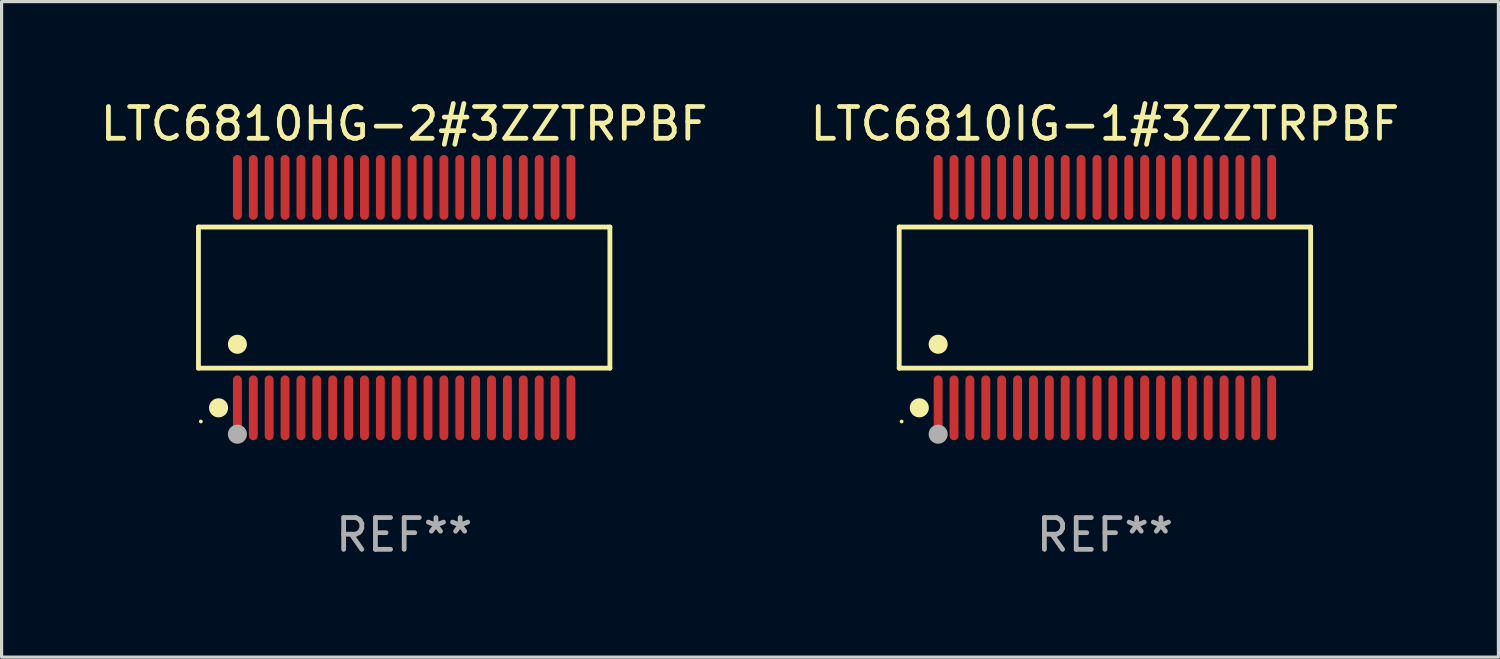
<source format=kicad_pcb>
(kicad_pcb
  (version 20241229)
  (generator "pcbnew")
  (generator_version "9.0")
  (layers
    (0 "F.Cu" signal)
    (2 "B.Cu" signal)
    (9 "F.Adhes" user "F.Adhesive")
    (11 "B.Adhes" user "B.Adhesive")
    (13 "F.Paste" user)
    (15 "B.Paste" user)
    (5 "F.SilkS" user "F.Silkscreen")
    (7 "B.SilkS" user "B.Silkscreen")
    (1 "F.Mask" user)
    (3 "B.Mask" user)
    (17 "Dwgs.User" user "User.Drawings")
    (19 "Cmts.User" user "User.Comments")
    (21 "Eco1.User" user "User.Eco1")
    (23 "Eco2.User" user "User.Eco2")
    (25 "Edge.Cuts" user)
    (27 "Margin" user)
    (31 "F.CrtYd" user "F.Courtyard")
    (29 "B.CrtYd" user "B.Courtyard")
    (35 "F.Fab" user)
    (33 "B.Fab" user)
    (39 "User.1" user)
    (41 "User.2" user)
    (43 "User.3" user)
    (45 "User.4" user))
  (footprint "LTC6810HG-2#3ZZTRPBF"
    (layer "F.Cu")
    (at 9.673 6.318)
    (property "Reference" "LTC6810HG-2#3ZZTRPBF" (at 0 -5.47 0) (layer "F.SilkS") (effects (font (size 1 1) (thickness 0.15))))
    (attr through_hole)
    (fp_line (start -6.476 -2.221) (end 6.476 -2.221) (stroke (width 0.152) (type solid)) (layer "F.SilkS"))
    (fp_line (start -6.476 2.221) (end -6.476 -2.221) (stroke (width 0.152) (type solid)) (layer "F.SilkS"))
    (fp_line (start 6.476 -2.221) (end 6.476 2.221) (stroke (width 0.152) (type solid)) (layer "F.SilkS"))
    (fp_line (start 6.476 2.221) (end -6.476 2.221) (stroke (width 0.152) (type solid)) (layer "F.SilkS"))
    (fp_circle (center -6.4 3.9) (end -6.37 3.9) (stroke (width 0.06) (type solid)) (fill no) (layer "F.SilkS"))
    (fp_circle (center -5.843 3.47) (end -5.692 3.47) (stroke (width 0.3) (type solid)) (fill no) (layer "F.SilkS"))
    (fp_circle (center -5.25 1.469) (end -5.1 1.469) (stroke (width 0.3) (type solid)) (fill no) (layer "F.SilkS"))
    (fp_circle (center -5.25 4.3) (end -5.1 4.3) (stroke (width 0.3) (type solid)) (fill no) (layer "F.Fab"))
    (fp_text user "REF**" (at 0 7.47 0) (layer "F.Fab") (effects (font (size 1 1) (thickness 0.15))))
    (pad "1" smd oval (at -5.25 3.47) (size 0.28 2.04) (layers "F.Cu" "F.Mask" "F.Paste"))
    (pad "2" smd oval (at -4.75 3.47) (size 0.28 2.04) (layers "F.Cu" "F.Mask" "F.Paste"))
    (pad "3" smd oval (at -4.25 3.47) (size 0.28 2.04) (layers "F.Cu" "F.Mask" "F.Paste"))
    (pad "4" smd oval (at -3.75 3.47) (size 0.28 2.04) (layers "F.Cu" "F.Mask" "F.Paste"))
    (pad "5" smd oval (at -3.25 3.47) (size 0.28 2.04) (layers "F.Cu" "F.Mask" "F.Paste"))
    (pad "6" smd oval (at -2.75 3.47) (size 0.28 2.04) (layers "F.Cu" "F.Mask" "F.Paste"))
    (pad "7" smd oval (at -2.25 3.47) (size 0.28 2.04) (layers "F.Cu" "F.Mask" "F.Paste"))
    (pad "8" smd oval (at -1.75 3.47) (size 0.28 2.04) (layers "F.Cu" "F.Mask" "F.Paste"))
    (pad "9" smd oval (at -1.25 3.47) (size 0.28 2.04) (layers "F.Cu" "F.Mask" "F.Paste"))
    (pad "10" smd oval (at -0.75 3.47) (size 0.28 2.04) (layers "F.Cu" "F.Mask" "F.Paste"))
    (pad "11" smd oval (at -0.25 3.47) (size 0.28 2.04) (layers "F.Cu" "F.Mask" "F.Paste"))
    (pad "12" smd oval (at 0.25 3.47) (size 0.28 2.04) (layers "F.Cu" "F.Mask" "F.Paste"))
    (pad "13" smd oval (at 0.75 3.47) (size 0.28 2.04) (layers "F.Cu" "F.Mask" "F.Paste"))
    (pad "14" smd oval (at 1.25 3.47) (size 0.28 2.04) (layers "F.Cu" "F.Mask" "F.Paste"))
    (pad "15" smd oval (at 1.75 3.47) (size 0.28 2.04) (layers "F.Cu" "F.Mask" "F.Paste"))
    (pad "16" smd oval (at 2.25 3.47) (size 0.28 2.04) (layers "F.Cu" "F.Mask" "F.Paste"))
    (pad "17" smd oval (at 2.75 3.47) (size 0.28 2.04) (layers "F.Cu" "F.Mask" "F.Paste"))
    (pad "18" smd oval (at 3.25 3.47) (size 0.28 2.04) (layers "F.Cu" "F.Mask" "F.Paste"))
    (pad "19" smd oval (at 3.75 3.47) (size 0.28 2.04) (layers "F.Cu" "F.Mask" "F.Paste"))
    (pad "20" smd oval (at 4.25 3.47) (size 0.28 2.04) (layers "F.Cu" "F.Mask" "F.Paste"))
    (pad "21" smd oval (at 4.75 3.47) (size 0.28 2.04) (layers "F.Cu" "F.Mask" "F.Paste"))
    (pad "22" smd oval (at 5.25 3.47) (size 0.28 2.04) (layers "F.Cu" "F.Mask" "F.Paste"))
    (pad "23" smd oval (at 5.25 -3.47) (size 0.28 2.04) (layers "F.Cu" "F.Mask" "F.Paste"))
    (pad "24" smd oval (at 4.75 -3.47) (size 0.28 2.04) (layers "F.Cu" "F.Mask" "F.Paste"))
    (pad "25" smd oval (at 4.25 -3.47) (size 0.28 2.04) (layers "F.Cu" "F.Mask" "F.Paste"))
    (pad "26" smd oval (at 3.75 -3.47) (size 0.28 2.04) (layers "F.Cu" "F.Mask" "F.Paste"))
    (pad "27" smd oval (at 3.25 -3.47) (size 0.28 2.04) (layers "F.Cu" "F.Mask" "F.Paste"))
    (pad "28" smd oval (at 2.75 -3.47) (size 0.28 2.04) (layers "F.Cu" "F.Mask" "F.Paste"))
    (pad "29" smd oval (at 2.25 -3.47) (size 0.28 2.04) (layers "F.Cu" "F.Mask" "F.Paste"))
    (pad "30" smd oval (at 1.75 -3.47) (size 0.28 2.04) (layers "F.Cu" "F.Mask" "F.Paste"))
    (pad "31" smd oval (at 1.25 -3.47) (size 0.28 2.04) (layers "F.Cu" "F.Mask" "F.Paste"))
    (pad "32" smd oval (at 0.75 -3.47) (size 0.28 2.04) (layers "F.Cu" "F.Mask" "F.Paste"))
    (pad "33" smd oval (at 0.25 -3.47) (size 0.28 2.04) (layers "F.Cu" "F.Mask" "F.Paste"))
    (pad "34" smd oval (at -0.25 -3.47) (size 0.28 2.04) (layers "F.Cu" "F.Mask" "F.Paste"))
    (pad "35" smd oval (at -0.75 -3.47) (size 0.28 2.04) (layers "F.Cu" "F.Mask" "F.Paste"))
    (pad "36" smd oval (at -1.25 -3.47) (size 0.28 2.04) (layers "F.Cu" "F.Mask" "F.Paste"))
    (pad "37" smd oval (at -1.75 -3.47) (size 0.28 2.04) (layers "F.Cu" "F.Mask" "F.Paste"))
    (pad "38" smd oval (at -2.25 -3.47) (size 0.28 2.04) (layers "F.Cu" "F.Mask" "F.Paste"))
    (pad "39" smd oval (at -2.75 -3.47) (size 0.28 2.04) (layers "F.Cu" "F.Mask" "F.Paste"))
    (pad "40" smd oval (at -3.25 -3.47) (size 0.28 2.04) (layers "F.Cu" "F.Mask" "F.Paste"))
    (pad "41" smd oval (at -3.75 -3.47) (size 0.28 2.04) (layers "F.Cu" "F.Mask" "F.Paste"))
    (pad "42" smd oval (at -4.25 -3.47) (size 0.28 2.04) (layers "F.Cu" "F.Mask" "F.Paste"))
    (pad "43" smd oval (at -4.75 -3.47) (size 0.28 2.04) (layers "F.Cu" "F.Mask" "F.Paste"))
    (pad "44" smd oval (at -5.25 -3.47) (size 0.28 2.04) (layers "F.Cu" "F.Mask" "F.Paste")))
  (footprint "LTC6810IG-1#3ZZTRPBF"
    (layer "F.Cu")
    (at 31.732 6.318)
    (property "Reference" "LTC6810IG-1#3ZZTRPBF" (at 0 -5.47 0) (layer "F.SilkS") (effects (font (size 1 1) (thickness 0.15))))
    (attr through_hole)
    (fp_line (start -6.476 -2.221) (end 6.476 -2.221) (stroke (width 0.152) (type solid)) (layer "F.SilkS"))
    (fp_line (start -6.476 2.221) (end -6.476 -2.221) (stroke (width 0.152) (type solid)) (layer "F.SilkS"))
    (fp_line (start 6.476 -2.221) (end 6.476 2.221) (stroke (width 0.152) (type solid)) (layer "F.SilkS"))
    (fp_line (start 6.476 2.221) (end -6.476 2.221) (stroke (width 0.152) (type solid)) (layer "F.SilkS"))
    (fp_circle (center -6.4 3.9) (end -6.37 3.9) (stroke (width 0.06) (type solid)) (fill no) (layer "F.SilkS"))
    (fp_circle (center -5.843 3.47) (end -5.692 3.47) (stroke (width 0.3) (type solid)) (fill no) (layer "F.SilkS"))
    (fp_circle (center -5.25 1.469) (end -5.1 1.469) (stroke (width 0.3) (type solid)) (fill no) (layer "F.SilkS"))
    (fp_circle (center -5.25 4.3) (end -5.1 4.3) (stroke (width 0.3) (type solid)) (fill no) (layer "F.Fab"))
    (fp_text user "REF**" (at 0 7.47 0) (layer "F.Fab") (effects (font (size 1 1) (thickness 0.15))))
    (pad "1" smd oval (at -5.25 3.47) (size 0.28 2.04) (layers "F.Cu" "F.Mask" "F.Paste"))
    (pad "2" smd oval (at -4.75 3.47) (size 0.28 2.04) (layers "F.Cu" "F.Mask" "F.Paste"))
    (pad "3" smd oval (at -4.25 3.47) (size 0.28 2.04) (layers "F.Cu" "F.Mask" "F.Paste"))
    (pad "4" smd oval (at -3.75 3.47) (size 0.28 2.04) (layers "F.Cu" "F.Mask" "F.Paste"))
    (pad "5" smd oval (at -3.25 3.47) (size 0.28 2.04) (layers "F.Cu" "F.Mask" "F.Paste"))
    (pad "6" smd oval (at -2.75 3.47) (size 0.28 2.04) (layers "F.Cu" "F.Mask" "F.Paste"))
    (pad "7" smd oval (at -2.25 3.47) (size 0.28 2.04) (layers "F.Cu" "F.Mask" "F.Paste"))
    (pad "8" smd oval (at -1.75 3.47) (size 0.28 2.04) (layers "F.Cu" "F.Mask" "F.Paste"))
    (pad "9" smd oval (at -1.25 3.47) (size 0.28 2.04) (layers "F.Cu" "F.Mask" "F.Paste"))
    (pad "10" smd oval (at -0.75 3.47) (size 0.28 2.04) (layers "F.Cu" "F.Mask" "F.Paste"))
    (pad "11" smd oval (at -0.25 3.47) (size 0.28 2.04) (layers "F.Cu" "F.Mask" "F.Paste"))
    (pad "12" smd oval (at 0.25 3.47) (size 0.28 2.04) (layers "F.Cu" "F.Mask" "F.Paste"))
    (pad "13" smd oval (at 0.75 3.47) (size 0.28 2.04) (layers "F.Cu" "F.Mask" "F.Paste"))
    (pad "14" smd oval (at 1.25 3.47) (size 0.28 2.04) (layers "F.Cu" "F.Mask" "F.Paste"))
    (pad "15" smd oval (at 1.75 3.47) (size 0.28 2.04) (layers "F.Cu" "F.Mask" "F.Paste"))
    (pad "16" smd oval (at 2.25 3.47) (size 0.28 2.04) (layers "F.Cu" "F.Mask" "F.Paste"))
    (pad "17" smd oval (at 2.75 3.47) (size 0.28 2.04) (layers "F.Cu" "F.Mask" "F.Paste"))
    (pad "18" smd oval (at 3.25 3.47) (size 0.28 2.04) (layers "F.Cu" "F.Mask" "F.Paste"))
    (pad "19" smd oval (at 3.75 3.47) (size 0.28 2.04) (layers "F.Cu" "F.Mask" "F.Paste"))
    (pad "20" smd oval (at 4.25 3.47) (size 0.28 2.04) (layers "F.Cu" "F.Mask" "F.Paste"))
    (pad "21" smd oval (at 4.75 3.47) (size 0.28 2.04) (layers "F.Cu" "F.Mask" "F.Paste"))
    (pad "22" smd oval (at 5.25 3.47) (size 0.28 2.04) (layers "F.Cu" "F.Mask" "F.Paste"))
    (pad "23" smd oval (at 5.25 -3.47) (size 0.28 2.04) (layers "F.Cu" "F.Mask" "F.Paste"))
    (pad "24" smd oval (at 4.75 -3.47) (size 0.28 2.04) (layers "F.Cu" "F.Mask" "F.Paste"))
    (pad "25" smd oval (at 4.25 -3.47) (size 0.28 2.04) (layers "F.Cu" "F.Mask" "F.Paste"))
    (pad "26" smd oval (at 3.75 -3.47) (size 0.28 2.04) (layers "F.Cu" "F.Mask" "F.Paste"))
    (pad "27" smd oval (at 3.25 -3.47) (size 0.28 2.04) (layers "F.Cu" "F.Mask" "F.Paste"))
    (pad "28" smd oval (at 2.75 -3.47) (size 0.28 2.04) (layers "F.Cu" "F.Mask" "F.Paste"))
    (pad "29" smd oval (at 2.25 -3.47) (size 0.28 2.04) (layers "F.Cu" "F.Mask" "F.Paste"))
    (pad "30" smd oval (at 1.75 -3.47) (size 0.28 2.04) (layers "F.Cu" "F.Mask" "F.Paste"))
    (pad "31" smd oval (at 1.25 -3.47) (size 0.28 2.04) (layers "F.Cu" "F.Mask" "F.Paste"))
    (pad "32" smd oval (at 0.75 -3.47) (size 0.28 2.04) (layers "F.Cu" "F.Mask" "F.Paste"))
    (pad "33" smd oval (at 0.25 -3.47) (size 0.28 2.04) (layers "F.Cu" "F.Mask" "F.Paste"))
    (pad "34" smd oval (at -0.25 -3.47) (size 0.28 2.04) (layers "F.Cu" "F.Mask" "F.Paste"))
    (pad "35" smd oval (at -0.75 -3.47) (size 0.28 2.04) (layers "F.Cu" "F.Mask" "F.Paste"))
    (pad "36" smd oval (at -1.25 -3.47) (size 0.28 2.04) (layers "F.Cu" "F.Mask" "F.Paste"))
    (pad "37" smd oval (at -1.75 -3.47) (size 0.28 2.04) (layers "F.Cu" "F.Mask" "F.Paste"))
    (pad "38" smd oval (at -2.25 -3.47) (size 0.28 2.04) (layers "F.Cu" "F.Mask" "F.Paste"))
    (pad "39" smd oval (at -2.75 -3.47) (size 0.28 2.04) (layers "F.Cu" "F.Mask" "F.Paste"))
    (pad "40" smd oval (at -3.25 -3.47) (size 0.28 2.04) (layers "F.Cu" "F.Mask" "F.Paste"))
    (pad "41" smd oval (at -3.75 -3.47) (size 0.28 2.04) (layers "F.Cu" "F.Mask" "F.Paste"))
    (pad "42" smd oval (at -4.25 -3.47) (size 0.28 2.04) (layers "F.Cu" "F.Mask" "F.Paste"))
    (pad "43" smd oval (at -4.75 -3.47) (size 0.28 2.04) (layers "F.Cu" "F.Mask" "F.Paste"))
    (pad "44" smd oval (at -5.25 -3.47) (size 0.28 2.04) (layers "F.Cu" "F.Mask" "F.Paste")))
  (gr_rect
    (start -3 -3)
    (end 44.119 17.636)
    (stroke (width 0.1) (type default))
    (fill no)
    (layer "Edge.Cuts")))
</source>
